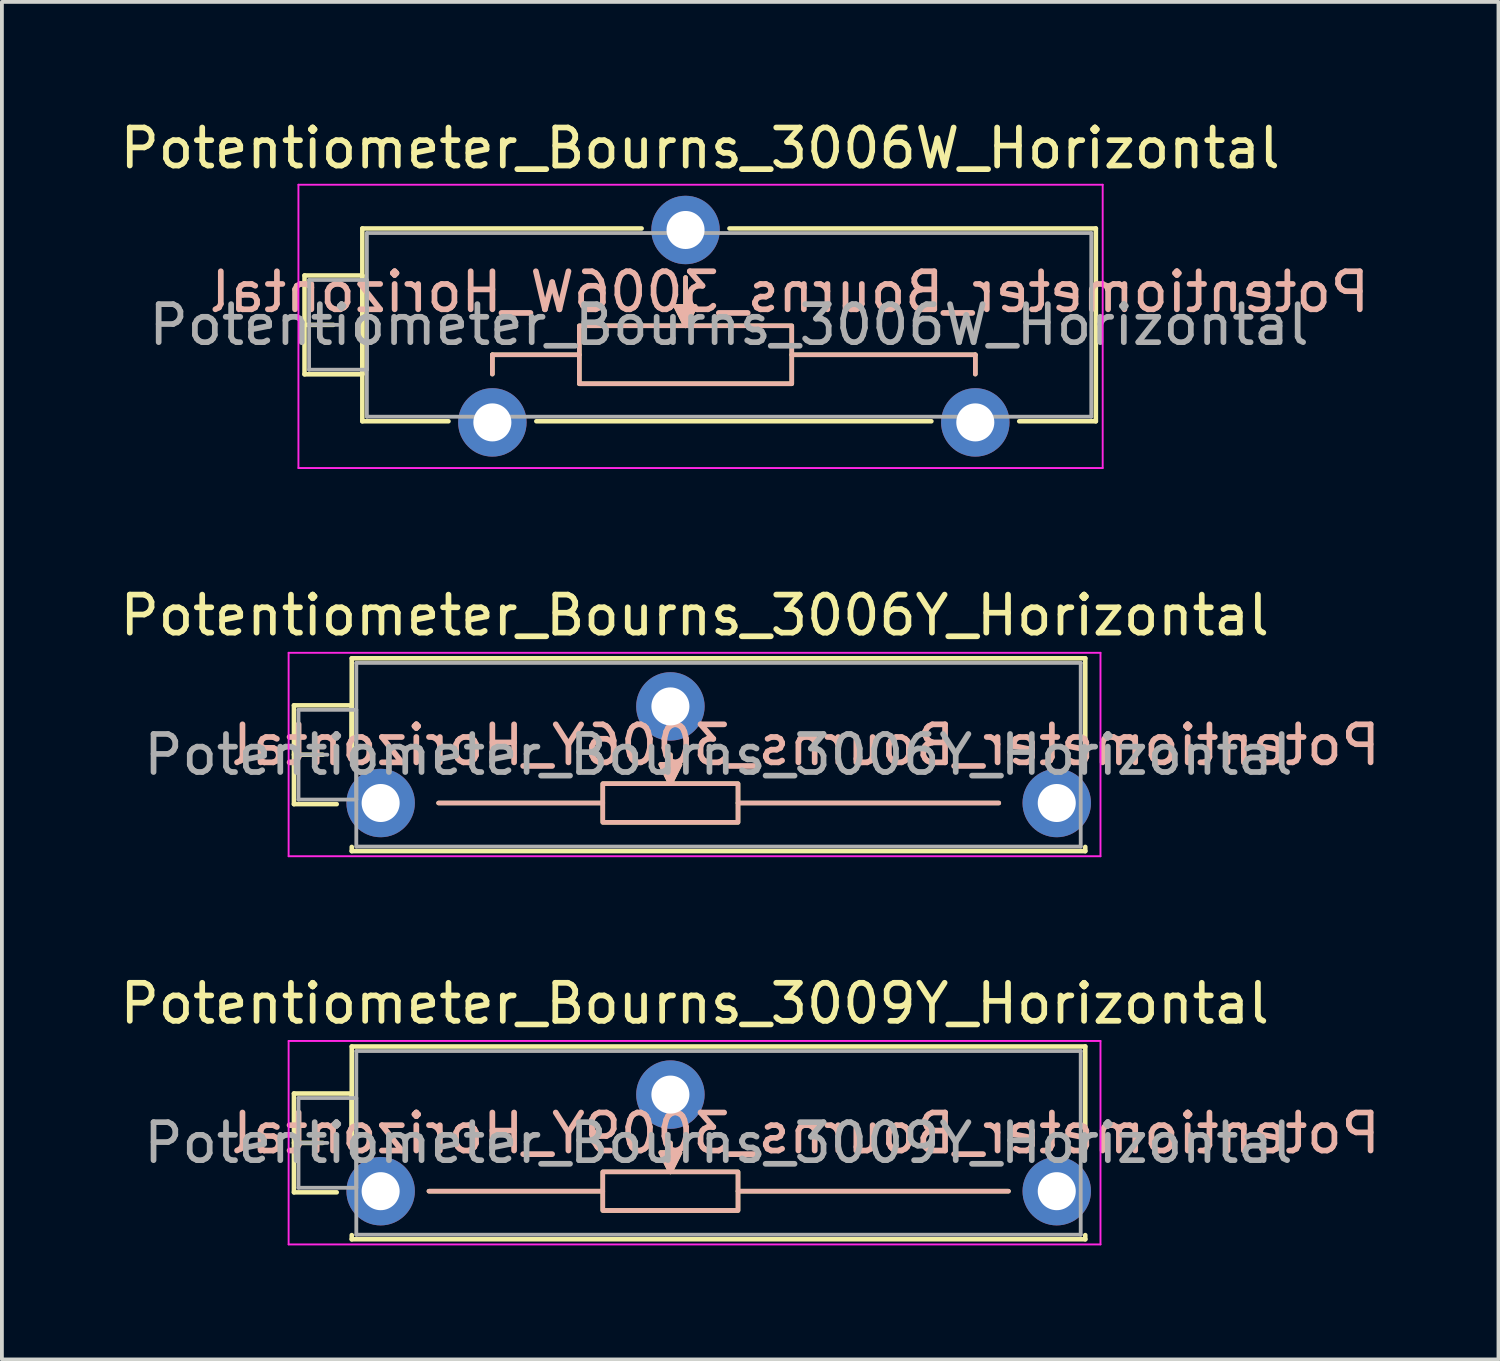
<source format=kicad_pcb>
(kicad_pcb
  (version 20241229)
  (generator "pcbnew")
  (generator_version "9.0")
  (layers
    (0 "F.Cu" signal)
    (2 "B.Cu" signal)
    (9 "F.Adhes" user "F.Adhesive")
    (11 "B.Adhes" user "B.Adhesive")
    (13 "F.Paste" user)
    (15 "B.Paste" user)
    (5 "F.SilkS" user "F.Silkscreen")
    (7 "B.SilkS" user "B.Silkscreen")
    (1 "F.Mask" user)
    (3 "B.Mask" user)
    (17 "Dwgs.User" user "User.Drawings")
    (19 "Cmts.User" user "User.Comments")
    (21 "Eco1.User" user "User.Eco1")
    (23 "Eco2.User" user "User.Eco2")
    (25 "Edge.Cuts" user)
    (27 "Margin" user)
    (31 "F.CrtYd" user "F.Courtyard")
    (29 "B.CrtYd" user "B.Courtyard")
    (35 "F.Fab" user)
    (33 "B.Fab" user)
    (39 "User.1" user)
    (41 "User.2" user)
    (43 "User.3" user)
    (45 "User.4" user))
  (footprint "Potentiometer_Bourns_3009Y_Horizontal"
    (layer "F.Cu")
    (at 24.74 28.275)
    (property "Reference" "Potentiometer_Bourns_3009Y_Horizontal" (at -9.52 -4.935 0) (layer "F.SilkS") (effects (font (size 1 1) (thickness 0.15))))
    (attr through_hole)
    (fp_line (start -20.06 -2.569) (end -20.06 0.03) (stroke (width 0.12) (type solid)) (layer "F.SilkS"))
    (fp_line (start -20.06 -2.569) (end -18.541 -2.569) (stroke (width 0.12) (type solid)) (layer "F.SilkS"))
    (fp_line (start -20.06 -1.27) (end -19.301 -1.27) (stroke (width 0.12) (type solid)) (layer "F.SilkS"))
    (fp_line (start -20.06 0.03) (end -18.935 0.03) (stroke (width 0.12) (type solid)) (layer "F.SilkS"))
    (fp_line (start -18.541 -2.569) (end -18.541 -1.155) (stroke (width 0.12) (type solid)) (layer "F.SilkS"))
    (fp_line (start -18.54 -3.805) (end -18.54 -1.155) (stroke (width 0.12) (type solid)) (layer "F.SilkS"))
    (fp_line (start -18.54 -3.805) (end 0.75 -3.805) (stroke (width 0.12) (type solid)) (layer "F.SilkS"))
    (fp_line (start -18.54 1.155) (end -18.54 1.265) (stroke (width 0.12) (type solid)) (layer "F.SilkS"))
    (fp_line (start -18.54 1.265) (end 0.75 1.265) (stroke (width 0.12) (type solid)) (layer "F.SilkS"))
    (fp_line (start -11.938 0) (end -16.51 0) (stroke (width 0.12) (type solid)) (layer "F.SilkS"))
    (fp_line (start -10.16 -1.27) (end -10.16 -0.508) (stroke (width 0.12) (type solid)) (layer "F.SilkS"))
    (fp_line (start -8.382 0) (end -1.27 0) (stroke (width 0.12) (type solid)) (layer "F.SilkS"))
    (fp_line (start 0.75 -3.805) (end 0.75 -1.155) (stroke (width 0.12) (type solid)) (layer "F.SilkS"))
    (fp_line (start 0.75 1.155) (end 0.75 1.265) (stroke (width 0.12) (type solid)) (layer "F.SilkS"))
    (fp_rect (start -11.938 -0.508) (end -8.382 0.508) (stroke (width 0.12) (type solid)) (fill no) (layer "F.SilkS"))
    (fp_poly (pts (xy -10.16 -0.508) (xy -10.414 -1.016) (xy -9.906 -1.016)) (stroke (width 0.12) (type solid)) (fill yes) (layer "F.SilkS"))
    (fp_line (start -16.51 0) (end -11.938 0) (stroke (width 0.12) (type solid)) (layer "B.SilkS"))
    (fp_line (start -10.16 -1.27) (end -10.16 -0.508) (stroke (width 0.12) (type solid)) (layer "B.SilkS"))
    (fp_line (start -1.27 0) (end -8.382 0) (stroke (width 0.12) (type solid)) (layer "B.SilkS"))
    (fp_rect (start -11.938 -0.508) (end -8.382 0.508) (stroke (width 0.12) (type solid)) (fill no) (layer "B.SilkS"))
    (fp_poly (pts (xy -10.16 -0.508) (xy -10.414 -1.016) (xy -9.906 -1.016)) (stroke (width 0.12) (type solid)) (fill yes) (layer "B.SilkS"))
    (fp_line (start -20.2 -3.95) (end -20.2 1.4) (stroke (width 0.05) (type solid)) (layer "F.CrtYd"))
    (fp_line (start -20.2 1.4) (end 1.15 1.4) (stroke (width 0.05) (type solid)) (layer "F.CrtYd"))
    (fp_line (start 1.15 -3.95) (end -20.2 -3.95) (stroke (width 0.05) (type solid)) (layer "F.CrtYd"))
    (fp_line (start 1.15 1.4) (end 1.15 -3.95) (stroke (width 0.05) (type solid)) (layer "F.CrtYd"))
    (fp_line (start -19.94 -2.45) (end -19.94 -0.09) (stroke (width 0.1) (type solid)) (layer "F.Fab"))
    (fp_line (start -19.94 -1.27) (end -19.18 -1.27) (stroke (width 0.1) (type solid)) (layer "F.Fab"))
    (fp_line (start -19.94 -0.09) (end -18.42 -0.09) (stroke (width 0.1) (type solid)) (layer "F.Fab"))
    (fp_line (start -18.42 -3.685) (end -18.42 1.145) (stroke (width 0.1) (type solid)) (layer "F.Fab"))
    (fp_line (start -18.42 -2.45) (end -19.94 -2.45) (stroke (width 0.1) (type solid)) (layer "F.Fab"))
    (fp_line (start -18.42 -0.09) (end -18.42 -2.45) (stroke (width 0.1) (type solid)) (layer "F.Fab"))
    (fp_line (start -18.42 1.145) (end 0.63 1.145) (stroke (width 0.1) (type solid)) (layer "F.Fab"))
    (fp_line (start 0.63 -3.685) (end -18.42 -3.685) (stroke (width 0.1) (type solid)) (layer "F.Fab"))
    (fp_line (start 0.63 1.145) (end 0.63 -3.685) (stroke (width 0.1) (type solid)) (layer "F.Fab"))
    (fp_text user "${REFERENCE}" (at -6.604 -1.524 0) (unlocked yes) (layer "B.SilkS") (effects (font (size 1 1) (thickness 0.15)) (justify mirror)))
    (fp_text user "${REFERENCE}" (at -8.895 -1.27 0) (layer "F.Fab") (effects (font (size 1 1) (thickness 0.15))))
    (pad "1" thru_hole circle (at 0 0) (size 1.8 1.8) (drill 1) (layers "*.Cu" "*.Mask"))
    (pad "2" thru_hole circle (at -10.16 -2.54) (size 1.8 1.8) (drill 1) (layers "*.Cu" "*.Mask"))
    (pad "3" thru_hole circle (at -17.78 0) (size 1.8 1.8) (drill 1) (layers "*.Cu" "*.Mask")))
  (footprint "Potentiometer_Bourns_3006W_Horizontal"
    (layer "F.Cu")
    (at 22.598 8.058)
    (property "Reference" "Potentiometer_Bourns_3006W_Horizontal" (at -7.235 -7.21 0) (layer "F.SilkS") (effects (font (size 1 1) (thickness 0.15))))
    (attr through_hole)
    (fp_line (start -17.64 -3.864) (end -17.64 -1.265) (stroke (width 0.12) (type solid)) (layer "F.SilkS"))
    (fp_line (start -17.64 -3.864) (end -16.121 -3.864) (stroke (width 0.12) (type solid)) (layer "F.SilkS"))
    (fp_line (start -17.64 -2.565) (end -16.881 -2.565) (stroke (width 0.12) (type solid)) (layer "F.SilkS"))
    (fp_line (start -17.64 -1.265) (end -16.121 -1.265) (stroke (width 0.12) (type solid)) (layer "F.SilkS"))
    (fp_line (start -16.121 -3.864) (end -16.121 -1.265) (stroke (width 0.12) (type solid)) (layer "F.SilkS"))
    (fp_line (start -16.12 -5.1) (end -16.12 -0.03) (stroke (width 0.12) (type solid)) (layer "F.SilkS"))
    (fp_line (start -16.12 -5.1) (end -8.775 -5.1) (stroke (width 0.12) (type solid)) (layer "F.SilkS"))
    (fp_line (start -16.12 -0.03) (end -13.854 -0.03) (stroke (width 0.12) (type solid)) (layer "F.SilkS"))
    (fp_line (start -12.7 -1.778) (end -12.7 -1.27) (stroke (width 0.12) (type solid)) (layer "F.SilkS"))
    (fp_line (start -11.544 -0.03) (end -1.155 -0.03) (stroke (width 0.12) (type solid)) (layer "F.SilkS"))
    (fp_line (start -10.414 -1.778) (end -12.7 -1.778) (stroke (width 0.12) (type solid)) (layer "F.SilkS"))
    (fp_line (start -7.62 -3.81) (end -7.62 -2.54) (stroke (width 0.12) (type solid)) (layer "F.SilkS"))
    (fp_line (start -6.465 -5.1) (end 3.17 -5.1) (stroke (width 0.12) (type solid)) (layer "F.SilkS"))
    (fp_line (start -4.826 -1.778) (end 0 -1.778) (stroke (width 0.12) (type solid)) (layer "F.SilkS"))
    (fp_line (start 0 -1.778) (end 0 -1.27) (stroke (width 0.12) (type solid)) (layer "F.SilkS"))
    (fp_line (start 1.155 -0.03) (end 3.17 -0.03) (stroke (width 0.12) (type solid)) (layer "F.SilkS"))
    (fp_line (start 3.17 -5.1) (end 3.17 -0.03) (stroke (width 0.12) (type solid)) (layer "F.SilkS"))
    (fp_rect (start -10.414 -2.54) (end -4.826 -1.016) (stroke (width 0.12) (type solid)) (fill no) (layer "F.SilkS"))
    (fp_poly (pts (xy -7.62 -2.54) (xy -7.874 -3.048) (xy -7.366 -3.048)) (stroke (width 0.12) (type solid)) (fill yes) (layer "F.SilkS"))
    (fp_line (start -12.7 -1.778) (end -10.414 -1.778) (stroke (width 0.12) (type solid)) (layer "B.SilkS"))
    (fp_line (start -12.7 -1.27) (end -12.7 -1.778) (stroke (width 0.12) (type solid)) (layer "B.SilkS"))
    (fp_line (start -7.62 -3.81) (end -7.62 -2.54) (stroke (width 0.12) (type solid)) (layer "B.SilkS"))
    (fp_line (start 0 -1.778) (end -4.826 -1.778) (stroke (width 0.12) (type solid)) (layer "B.SilkS"))
    (fp_line (start 0 -1.27) (end 0 -1.778) (stroke (width 0.12) (type solid)) (layer "B.SilkS"))
    (fp_rect (start -10.414 -2.54) (end -4.826 -1.016) (stroke (width 0.12) (type solid)) (fill no) (layer "B.SilkS"))
    (fp_poly (pts (xy -7.62 -2.54) (xy -7.874 -3.048) (xy -7.366 -3.048)) (stroke (width 0.12) (type solid)) (fill yes) (layer "B.SilkS"))
    (fp_line (start -17.8 -6.25) (end -17.8 1.2) (stroke (width 0.05) (type solid)) (layer "F.CrtYd"))
    (fp_line (start -17.8 1.2) (end 3.35 1.2) (stroke (width 0.05) (type solid)) (layer "F.CrtYd"))
    (fp_line (start 3.35 -6.25) (end -17.8 -6.25) (stroke (width 0.05) (type solid)) (layer "F.CrtYd"))
    (fp_line (start 3.35 1.2) (end 3.35 -6.25) (stroke (width 0.05) (type solid)) (layer "F.CrtYd"))
    (fp_line (start -17.52 -3.745) (end -17.52 -1.385) (stroke (width 0.1) (type solid)) (layer "F.Fab"))
    (fp_line (start -17.52 -2.565) (end -16.76 -2.565) (stroke (width 0.1) (type solid)) (layer "F.Fab"))
    (fp_line (start -17.52 -1.385) (end -16 -1.385) (stroke (width 0.1) (type solid)) (layer "F.Fab"))
    (fp_line (start -16 -4.98) (end -16 -0.15) (stroke (width 0.1) (type solid)) (layer "F.Fab"))
    (fp_line (start -16 -3.745) (end -17.52 -3.745) (stroke (width 0.1) (type solid)) (layer "F.Fab"))
    (fp_line (start -16 -1.385) (end -16 -3.745) (stroke (width 0.1) (type solid)) (layer "F.Fab"))
    (fp_line (start -16 -0.15) (end 3.05 -0.15) (stroke (width 0.1) (type solid)) (layer "F.Fab"))
    (fp_line (start 3.05 -4.98) (end -16 -4.98) (stroke (width 0.1) (type solid)) (layer "F.Fab"))
    (fp_line (start 3.05 -0.15) (end 3.05 -4.98) (stroke (width 0.1) (type solid)) (layer "F.Fab"))
    (fp_text user "${REFERENCE}" (at -4.889 -3.429 0) (unlocked yes) (layer "B.SilkS") (effects (font (size 1 1) (thickness 0.15)) (justify mirror)))
    (fp_text user "${REFERENCE}" (at -6.475 -2.565 0) (layer "F.Fab") (effects (font (size 1 1) (thickness 0.15))))
    (pad "1" thru_hole circle (at 0 0) (size 1.8 1.8) (drill 1) (layers "*.Cu" "*.Mask"))
    (pad "2" thru_hole circle (at -7.62 -5.06) (size 1.8 1.8) (drill 1) (layers "*.Cu" "*.Mask"))
    (pad "3" thru_hole circle (at -12.7 0) (size 1.8 1.8) (drill 1) (layers "*.Cu" "*.Mask")))
  (footprint "Potentiometer_Bourns_3006Y_Horizontal"
    (layer "F.Cu")
    (at 24.74 18.067)
    (property "Reference" "Potentiometer_Bourns_3006Y_Horizontal" (at -9.52 -4.935 0) (layer "F.SilkS") (effects (font (size 1 1) (thickness 0.15))))
    (attr through_hole)
    (fp_line (start -20.06 -2.569) (end -20.06 0.03) (stroke (width 0.12) (type solid)) (layer "F.SilkS"))
    (fp_line (start -20.06 -2.569) (end -18.541 -2.569) (stroke (width 0.12) (type solid)) (layer "F.SilkS"))
    (fp_line (start -20.06 -1.27) (end -19.301 -1.27) (stroke (width 0.12) (type solid)) (layer "F.SilkS"))
    (fp_line (start -20.06 0.03) (end -18.935 0.03) (stroke (width 0.12) (type solid)) (layer "F.SilkS"))
    (fp_line (start -18.541 -2.569) (end -18.541 -1.155) (stroke (width 0.12) (type solid)) (layer "F.SilkS"))
    (fp_line (start -18.54 -3.805) (end -18.54 -1.155) (stroke (width 0.12) (type solid)) (layer "F.SilkS"))
    (fp_line (start -18.54 -3.805) (end 0.75 -3.805) (stroke (width 0.12) (type solid)) (layer "F.SilkS"))
    (fp_line (start -18.54 1.155) (end -18.54 1.265) (stroke (width 0.12) (type solid)) (layer "F.SilkS"))
    (fp_line (start -18.54 1.265) (end 0.75 1.265) (stroke (width 0.12) (type solid)) (layer "F.SilkS"))
    (fp_line (start -11.938 0) (end -16.256 0) (stroke (width 0.12) (type solid)) (layer "F.SilkS"))
    (fp_line (start -10.16 -1.27) (end -10.16 -0.508) (stroke (width 0.12) (type solid)) (layer "F.SilkS"))
    (fp_line (start -8.382 0) (end -1.524 0) (stroke (width 0.12) (type solid)) (layer "F.SilkS"))
    (fp_line (start 0.75 -3.805) (end 0.75 -1.155) (stroke (width 0.12) (type solid)) (layer "F.SilkS"))
    (fp_line (start 0.75 1.155) (end 0.75 1.265) (stroke (width 0.12) (type solid)) (layer "F.SilkS"))
    (fp_rect (start -11.938 -0.508) (end -8.382 0.508) (stroke (width 0.12) (type solid)) (fill no) (layer "F.SilkS"))
    (fp_poly (pts (xy -10.16 -0.508) (xy -10.414 -1.016) (xy -9.906 -1.016)) (stroke (width 0.12) (type solid)) (fill yes) (layer "F.SilkS"))
    (fp_line (start -16.256 0) (end -11.938 0) (stroke (width 0.12) (type solid)) (layer "B.SilkS"))
    (fp_line (start -10.16 -1.27) (end -10.16 -0.508) (stroke (width 0.12) (type solid)) (layer "B.SilkS"))
    (fp_line (start -1.524 0) (end -8.382 0) (stroke (width 0.12) (type solid)) (layer "B.SilkS"))
    (fp_rect (start -11.938 -0.508) (end -8.382 0.508) (stroke (width 0.12) (type solid)) (fill no) (layer "B.SilkS"))
    (fp_poly (pts (xy -10.16 -0.508) (xy -10.414 -1.016) (xy -9.906 -1.016)) (stroke (width 0.12) (type solid)) (fill yes) (layer "B.SilkS"))
    (fp_line (start -20.2 -3.95) (end -20.2 1.4) (stroke (width 0.05) (type solid)) (layer "F.CrtYd"))
    (fp_line (start -20.2 1.4) (end 1.15 1.4) (stroke (width 0.05) (type solid)) (layer "F.CrtYd"))
    (fp_line (start 1.15 -3.95) (end -20.2 -3.95) (stroke (width 0.05) (type solid)) (layer "F.CrtYd"))
    (fp_line (start 1.15 1.4) (end 1.15 -3.95) (stroke (width 0.05) (type solid)) (layer "F.CrtYd"))
    (fp_line (start -19.94 -2.45) (end -19.94 -0.09) (stroke (width 0.1) (type solid)) (layer "F.Fab"))
    (fp_line (start -19.94 -1.27) (end -19.18 -1.27) (stroke (width 0.1) (type solid)) (layer "F.Fab"))
    (fp_line (start -19.94 -0.09) (end -18.42 -0.09) (stroke (width 0.1) (type solid)) (layer "F.Fab"))
    (fp_line (start -18.42 -3.685) (end -18.42 1.145) (stroke (width 0.1) (type solid)) (layer "F.Fab"))
    (fp_line (start -18.42 -2.45) (end -19.94 -2.45) (stroke (width 0.1) (type solid)) (layer "F.Fab"))
    (fp_line (start -18.42 -0.09) (end -18.42 -2.45) (stroke (width 0.1) (type solid)) (layer "F.Fab"))
    (fp_line (start -18.42 1.145) (end 0.63 1.145) (stroke (width 0.1) (type solid)) (layer "F.Fab"))
    (fp_line (start 0.63 -3.685) (end -18.42 -3.685) (stroke (width 0.1) (type solid)) (layer "F.Fab"))
    (fp_line (start 0.63 1.145) (end 0.63 -3.685) (stroke (width 0.1) (type solid)) (layer "F.Fab"))
    (fp_text user "${REFERENCE}" (at -6.604 -1.524 0) (unlocked yes) (layer "B.SilkS") (effects (font (size 1 1) (thickness 0.15)) (justify mirror)))
    (fp_text user "${REFERENCE}" (at -8.895 -1.27 0) (layer "F.Fab") (effects (font (size 1 1) (thickness 0.15))))
    (pad "1" thru_hole circle (at 0 0) (size 1.8 1.8) (drill 1) (layers "*.Cu" "*.Mask"))
    (pad "2" thru_hole circle (at -10.16 -2.54) (size 1.8 1.8) (drill 1) (layers "*.Cu" "*.Mask"))
    (pad "3" thru_hole circle (at -17.78 0) (size 1.8 1.8) (drill 1) (layers "*.Cu" "*.Mask")))
  (gr_rect
    (start -3 -3)
    (end 36.356 32.7)
    (stroke (width 0.1) (type default))
    (fill no)
    (layer "Edge.Cuts")))
</source>
